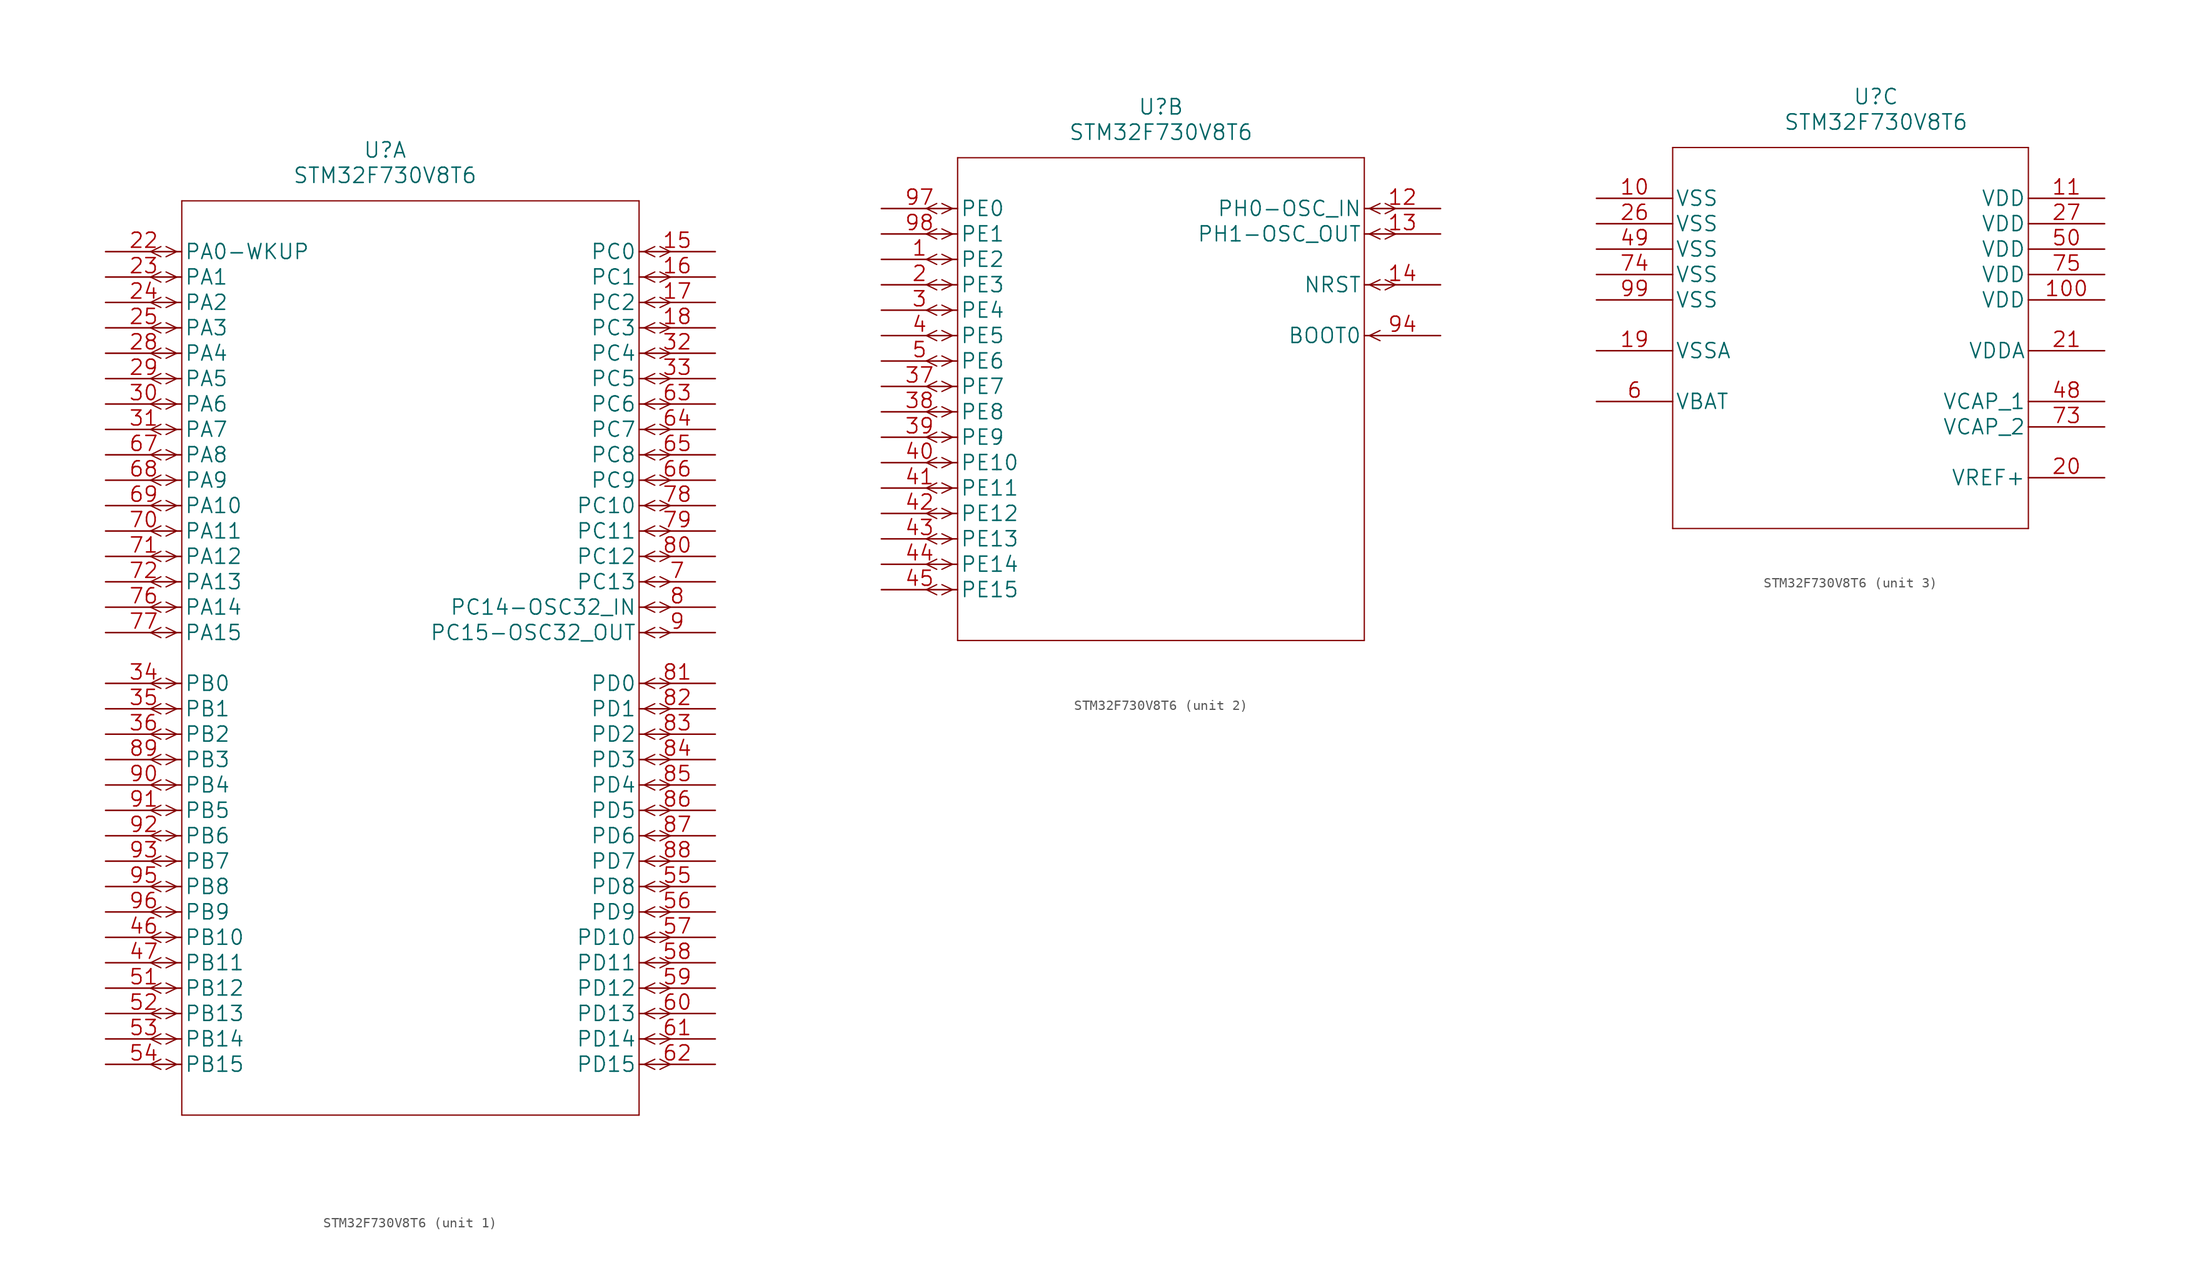
<source format=kicad_sym>
(kicad_symbol_lib
  (version 20231120)
  (generator "kicad_symbol_editor")
  (generator_version "8.0")
  (symbol "STM32F730V8T6"
    (pin_names
      (offset 0.254))
    (property "Reference" "U"
      (at 27.94 10.16 0)
      (effects (font (size 1.524 1.524))))
    (property "Value" "STM32F730V8T6"
      (at 27.94 7.62 0)
      (effects (font (size 1.524 1.524))))
    (property "Datasheet" ""
      (at 0 0 0)
      (effects (font (size 1.524 1.524))))
    (symbol "STM32F730V8T6_1_1"
      (polyline (pts (xy 5.537 -81.788) (xy 4.496 -81.28)) (stroke (width 0.127) (type default)) (fill (type none)))
      (polyline (pts (xy 5.537 -80.772) (xy 4.496 -81.28)) (stroke (width 0.127) (type default)) (fill (type none)))
      (polyline (pts (xy 5.537 -79.248) (xy 4.496 -78.74)) (stroke (width 0.127) (type default)) (fill (type none)))
      (polyline (pts (xy 5.537 -78.232) (xy 4.496 -78.74)) (stroke (width 0.127) (type default)) (fill (type none)))
      (polyline (pts (xy 5.537 -76.708) (xy 4.496 -76.2)) (stroke (width 0.127) (type default)) (fill (type none)))
      (polyline (pts (xy 5.537 -75.692) (xy 4.496 -76.2)) (stroke (width 0.127) (type default)) (fill (type none)))
      (polyline (pts (xy 5.537 -74.168) (xy 4.496 -73.66)) (stroke (width 0.127) (type default)) (fill (type none)))
      (polyline (pts (xy 5.537 -73.152) (xy 4.496 -73.66)) (stroke (width 0.127) (type default)) (fill (type none)))
      (polyline (pts (xy 5.537 -71.628) (xy 4.496 -71.12)) (stroke (width 0.127) (type default)) (fill (type none)))
      (polyline (pts (xy 5.537 -70.612) (xy 4.496 -71.12)) (stroke (width 0.127) (type default)) (fill (type none)))
      (polyline (pts (xy 5.537 -69.088) (xy 4.496 -68.58)) (stroke (width 0.127) (type default)) (fill (type none)))
      (polyline (pts (xy 5.537 -68.072) (xy 4.496 -68.58)) (stroke (width 0.127) (type default)) (fill (type none)))
      (polyline (pts (xy 5.537 -66.548) (xy 4.496 -66.04)) (stroke (width 0.127) (type default)) (fill (type none)))
      (polyline (pts (xy 5.537 -65.532) (xy 4.496 -66.04)) (stroke (width 0.127) (type default)) (fill (type none)))
      (polyline (pts (xy 5.537 -64.008) (xy 4.496 -63.5)) (stroke (width 0.127) (type default)) (fill (type none)))
      (polyline (pts (xy 5.537 -62.992) (xy 4.496 -63.5)) (stroke (width 0.127) (type default)) (fill (type none)))
      (polyline (pts (xy 5.537 -61.468) (xy 4.496 -60.96)) (stroke (width 0.127) (type default)) (fill (type none)))
      (polyline (pts (xy 5.537 -60.452) (xy 4.496 -60.96)) (stroke (width 0.127) (type default)) (fill (type none)))
      (polyline (pts (xy 5.537 -58.928) (xy 4.496 -58.42)) (stroke (width 0.127) (type default)) (fill (type none)))
      (polyline (pts (xy 5.537 -57.912) (xy 4.496 -58.42)) (stroke (width 0.127) (type default)) (fill (type none)))
      (polyline (pts (xy 5.537 -56.388) (xy 4.496 -55.88)) (stroke (width 0.127) (type default)) (fill (type none)))
      (polyline (pts (xy 5.537 -55.372) (xy 4.496 -55.88)) (stroke (width 0.127) (type default)) (fill (type none)))
      (polyline (pts (xy 5.537 -53.848) (xy 4.496 -53.34)) (stroke (width 0.127) (type default)) (fill (type none)))
      (polyline (pts (xy 5.537 -52.832) (xy 4.496 -53.34)) (stroke (width 0.127) (type default)) (fill (type none)))
      (polyline (pts (xy 5.537 -51.308) (xy 4.496 -50.8)) (stroke (width 0.127) (type default)) (fill (type none)))
      (polyline (pts (xy 5.537 -50.292) (xy 4.496 -50.8)) (stroke (width 0.127) (type default)) (fill (type none)))
      (polyline (pts (xy 5.537 -48.768) (xy 4.496 -48.26)) (stroke (width 0.127) (type default)) (fill (type none)))
      (polyline (pts (xy 5.537 -47.752) (xy 4.496 -48.26)) (stroke (width 0.127) (type default)) (fill (type none)))
      (polyline (pts (xy 5.537 -46.228) (xy 4.496 -45.72)) (stroke (width 0.127) (type default)) (fill (type none)))
      (polyline (pts (xy 5.537 -45.212) (xy 4.496 -45.72)) (stroke (width 0.127) (type default)) (fill (type none)))
      (polyline (pts (xy 5.537 -43.688) (xy 4.496 -43.18)) (stroke (width 0.127) (type default)) (fill (type none)))
      (polyline (pts (xy 5.537 -42.672) (xy 4.496 -43.18)) (stroke (width 0.127) (type default)) (fill (type none)))
      (polyline (pts (xy 5.537 -38.608) (xy 4.496 -38.1)) (stroke (width 0.127) (type default)) (fill (type none)))
      (polyline (pts (xy 5.537 -37.592) (xy 4.496 -38.1)) (stroke (width 0.127) (type default)) (fill (type none)))
      (polyline (pts (xy 5.537 -36.068) (xy 4.496 -35.56)) (stroke (width 0.127) (type default)) (fill (type none)))
      (polyline (pts (xy 5.537 -35.052) (xy 4.496 -35.56)) (stroke (width 0.127) (type default)) (fill (type none)))
      (polyline (pts (xy 5.537 -33.528) (xy 4.496 -33.02)) (stroke (width 0.127) (type default)) (fill (type none)))
      (polyline (pts (xy 5.537 -32.512) (xy 4.496 -33.02)) (stroke (width 0.127) (type default)) (fill (type none)))
      (polyline (pts (xy 5.537 -30.988) (xy 4.496 -30.48)) (stroke (width 0.127) (type default)) (fill (type none)))
      (polyline (pts (xy 5.537 -29.972) (xy 4.496 -30.48)) (stroke (width 0.127) (type default)) (fill (type none)))
      (polyline (pts (xy 5.537 -28.448) (xy 4.496 -27.94)) (stroke (width 0.127) (type default)) (fill (type none)))
      (polyline (pts (xy 5.537 -27.432) (xy 4.496 -27.94)) (stroke (width 0.127) (type default)) (fill (type none)))
      (polyline (pts (xy 5.537 -25.908) (xy 4.496 -25.4)) (stroke (width 0.127) (type default)) (fill (type none)))
      (polyline (pts (xy 5.537 -24.892) (xy 4.496 -25.4)) (stroke (width 0.127) (type default)) (fill (type none)))
      (polyline (pts (xy 5.537 -23.368) (xy 4.496 -22.86)) (stroke (width 0.127) (type default)) (fill (type none)))
      (polyline (pts (xy 5.537 -22.352) (xy 4.496 -22.86)) (stroke (width 0.127) (type default)) (fill (type none)))
      (polyline (pts (xy 5.537 -20.828) (xy 4.496 -20.32)) (stroke (width 0.127) (type default)) (fill (type none)))
      (polyline (pts (xy 5.537 -19.812) (xy 4.496 -20.32)) (stroke (width 0.127) (type default)) (fill (type none)))
      (polyline (pts (xy 5.537 -18.288) (xy 4.496 -17.78)) (stroke (width 0.127) (type default)) (fill (type none)))
      (polyline (pts (xy 5.537 -17.272) (xy 4.496 -17.78)) (stroke (width 0.127) (type default)) (fill (type none)))
      (polyline (pts (xy 5.537 -15.748) (xy 4.496 -15.24)) (stroke (width 0.127) (type default)) (fill (type none)))
      (polyline (pts (xy 5.537 -14.732) (xy 4.496 -15.24)) (stroke (width 0.127) (type default)) (fill (type none)))
      (polyline (pts (xy 5.537 -13.208) (xy 4.496 -12.7)) (stroke (width 0.127) (type default)) (fill (type none)))
      (polyline (pts (xy 5.537 -12.192) (xy 4.496 -12.7)) (stroke (width 0.127) (type default)) (fill (type none)))
      (polyline (pts (xy 5.537 -10.668) (xy 4.496 -10.16)) (stroke (width 0.127) (type default)) (fill (type none)))
      (polyline (pts (xy 5.537 -9.652) (xy 4.496 -10.16)) (stroke (width 0.127) (type default)) (fill (type none)))
      (polyline (pts (xy 5.537 -8.128) (xy 4.496 -7.62)) (stroke (width 0.127) (type default)) (fill (type none)))
      (polyline (pts (xy 5.537 -7.112) (xy 4.496 -7.62)) (stroke (width 0.127) (type default)) (fill (type none)))
      (polyline (pts (xy 5.537 -5.588) (xy 4.496 -5.08)) (stroke (width 0.127) (type default)) (fill (type none)))
      (polyline (pts (xy 5.537 -4.572) (xy 4.496 -5.08)) (stroke (width 0.127) (type default)) (fill (type none)))
      (polyline (pts (xy 5.537 -3.048) (xy 4.496 -2.54)) (stroke (width 0.127) (type default)) (fill (type none)))
      (polyline (pts (xy 5.537 -2.032) (xy 4.496 -2.54)) (stroke (width 0.127) (type default)) (fill (type none)))
      (polyline (pts (xy 5.537 -0.508) (xy 4.496 0)) (stroke (width 0.127) (type default)) (fill (type none)))
      (polyline (pts (xy 5.537 0.508) (xy 4.496 0)) (stroke (width 0.127) (type default)) (fill (type none)))
      (polyline (pts (xy 7.112 -81.28) (xy 6.045 -81.788)) (stroke (width 0.127) (type default)) (fill (type none)))
      (polyline (pts (xy 7.112 -81.28) (xy 6.045 -80.772)) (stroke (width 0.127) (type default)) (fill (type none)))
      (polyline (pts (xy 7.112 -78.74) (xy 6.045 -79.248)) (stroke (width 0.127) (type default)) (fill (type none)))
      (polyline (pts (xy 7.112 -78.74) (xy 6.045 -78.232)) (stroke (width 0.127) (type default)) (fill (type none)))
      (polyline (pts (xy 7.112 -76.2) (xy 6.045 -76.708)) (stroke (width 0.127) (type default)) (fill (type none)))
      (polyline (pts (xy 7.112 -76.2) (xy 6.045 -75.692)) (stroke (width 0.127) (type default)) (fill (type none)))
      (polyline (pts (xy 7.112 -73.66) (xy 6.045 -74.168)) (stroke (width 0.127) (type default)) (fill (type none)))
      (polyline (pts (xy 7.112 -73.66) (xy 6.045 -73.152)) (stroke (width 0.127) (type default)) (fill (type none)))
      (polyline (pts (xy 7.112 -71.12) (xy 6.045 -71.628)) (stroke (width 0.127) (type default)) (fill (type none)))
      (polyline (pts (xy 7.112 -71.12) (xy 6.045 -70.612)) (stroke (width 0.127) (type default)) (fill (type none)))
      (polyline (pts (xy 7.112 -68.58) (xy 6.045 -69.088)) (stroke (width 0.127) (type default)) (fill (type none)))
      (polyline (pts (xy 7.112 -68.58) (xy 6.045 -68.072)) (stroke (width 0.127) (type default)) (fill (type none)))
      (polyline (pts (xy 7.112 -66.04) (xy 6.045 -66.548)) (stroke (width 0.127) (type default)) (fill (type none)))
      (polyline (pts (xy 7.112 -66.04) (xy 6.045 -65.532)) (stroke (width 0.127) (type default)) (fill (type none)))
      (polyline (pts (xy 7.112 -63.5) (xy 6.045 -64.008)) (stroke (width 0.127) (type default)) (fill (type none)))
      (polyline (pts (xy 7.112 -63.5) (xy 6.045 -62.992)) (stroke (width 0.127) (type default)) (fill (type none)))
      (polyline (pts (xy 7.112 -60.96) (xy 6.045 -61.468)) (stroke (width 0.127) (type default)) (fill (type none)))
      (polyline (pts (xy 7.112 -60.96) (xy 6.045 -60.452)) (stroke (width 0.127) (type default)) (fill (type none)))
      (polyline (pts (xy 7.112 -58.42) (xy 6.045 -58.928)) (stroke (width 0.127) (type default)) (fill (type none)))
      (polyline (pts (xy 7.112 -58.42) (xy 6.045 -57.912)) (stroke (width 0.127) (type default)) (fill (type none)))
      (polyline (pts (xy 7.112 -55.88) (xy 6.045 -56.388)) (stroke (width 0.127) (type default)) (fill (type none)))
      (polyline (pts (xy 7.112 -55.88) (xy 6.045 -55.372)) (stroke (width 0.127) (type default)) (fill (type none)))
      (polyline (pts (xy 7.112 -53.34) (xy 6.045 -53.848)) (stroke (width 0.127) (type default)) (fill (type none)))
      (polyline (pts (xy 7.112 -53.34) (xy 6.045 -52.832)) (stroke (width 0.127) (type default)) (fill (type none)))
      (polyline (pts (xy 7.112 -50.8) (xy 6.045 -51.308)) (stroke (width 0.127) (type default)) (fill (type none)))
      (polyline (pts (xy 7.112 -50.8) (xy 6.045 -50.292)) (stroke (width 0.127) (type default)) (fill (type none)))
      (polyline (pts (xy 7.112 -48.26) (xy 6.045 -48.768)) (stroke (width 0.127) (type default)) (fill (type none)))
      (polyline (pts (xy 7.112 -48.26) (xy 6.045 -47.752)) (stroke (width 0.127) (type default)) (fill (type none)))
      (polyline (pts (xy 7.112 -45.72) (xy 6.045 -46.228)) (stroke (width 0.127) (type default)) (fill (type none)))
      (polyline (pts (xy 7.112 -45.72) (xy 6.045 -45.212)) (stroke (width 0.127) (type default)) (fill (type none)))
      (polyline (pts (xy 7.112 -43.18) (xy 6.045 -43.688)) (stroke (width 0.127) (type default)) (fill (type none)))
      (polyline (pts (xy 7.112 -43.18) (xy 6.045 -42.672)) (stroke (width 0.127) (type default)) (fill (type none)))
      (polyline (pts (xy 7.112 -38.1) (xy 6.045 -38.608)) (stroke (width 0.127) (type default)) (fill (type none)))
      (polyline (pts (xy 7.112 -38.1) (xy 6.045 -37.592)) (stroke (width 0.127) (type default)) (fill (type none)))
      (polyline (pts (xy 7.112 -35.56) (xy 6.045 -36.068)) (stroke (width 0.127) (type default)) (fill (type none)))
      (polyline (pts (xy 7.112 -35.56) (xy 6.045 -35.052)) (stroke (width 0.127) (type default)) (fill (type none)))
      (polyline (pts (xy 7.112 -33.02) (xy 6.045 -33.528)) (stroke (width 0.127) (type default)) (fill (type none)))
      (polyline (pts (xy 7.112 -33.02) (xy 6.045 -32.512)) (stroke (width 0.127) (type default)) (fill (type none)))
      (polyline (pts (xy 7.112 -30.48) (xy 6.045 -30.988)) (stroke (width 0.127) (type default)) (fill (type none)))
      (polyline (pts (xy 7.112 -30.48) (xy 6.045 -29.972)) (stroke (width 0.127) (type default)) (fill (type none)))
      (polyline (pts (xy 7.112 -27.94) (xy 6.045 -28.448)) (stroke (width 0.127) (type default)) (fill (type none)))
      (polyline (pts (xy 7.112 -27.94) (xy 6.045 -27.432)) (stroke (width 0.127) (type default)) (fill (type none)))
      (polyline (pts (xy 7.112 -25.4) (xy 6.045 -25.908)) (stroke (width 0.127) (type default)) (fill (type none)))
      (polyline (pts (xy 7.112 -25.4) (xy 6.045 -24.892)) (stroke (width 0.127) (type default)) (fill (type none)))
      (polyline (pts (xy 7.112 -22.86) (xy 6.045 -23.368)) (stroke (width 0.127) (type default)) (fill (type none)))
      (polyline (pts (xy 7.112 -22.86) (xy 6.045 -22.352)) (stroke (width 0.127) (type default)) (fill (type none)))
      (polyline (pts (xy 7.112 -20.32) (xy 6.045 -20.828)) (stroke (width 0.127) (type default)) (fill (type none)))
      (polyline (pts (xy 7.112 -20.32) (xy 6.045 -19.812)) (stroke (width 0.127) (type default)) (fill (type none)))
      (polyline (pts (xy 7.112 -17.78) (xy 6.045 -18.288)) (stroke (width 0.127) (type default)) (fill (type none)))
      (polyline (pts (xy 7.112 -17.78) (xy 6.045 -17.272)) (stroke (width 0.127) (type default)) (fill (type none)))
      (polyline (pts (xy 7.112 -15.24) (xy 6.045 -15.748)) (stroke (width 0.127) (type default)) (fill (type none)))
      (polyline (pts (xy 7.112 -15.24) (xy 6.045 -14.732)) (stroke (width 0.127) (type default)) (fill (type none)))
      (polyline (pts (xy 7.112 -12.7) (xy 6.045 -13.208)) (stroke (width 0.127) (type default)) (fill (type none)))
      (polyline (pts (xy 7.112 -12.7) (xy 6.045 -12.192)) (stroke (width 0.127) (type default)) (fill (type none)))
      (polyline (pts (xy 7.112 -10.16) (xy 6.045 -10.668)) (stroke (width 0.127) (type default)) (fill (type none)))
      (polyline (pts (xy 7.112 -10.16) (xy 6.045 -9.652)) (stroke (width 0.127) (type default)) (fill (type none)))
      (polyline (pts (xy 7.112 -7.62) (xy 6.045 -8.128)) (stroke (width 0.127) (type default)) (fill (type none)))
      (polyline (pts (xy 7.112 -7.62) (xy 6.045 -7.112)) (stroke (width 0.127) (type default)) (fill (type none)))
      (polyline (pts (xy 7.112 -5.08) (xy 6.045 -5.588)) (stroke (width 0.127) (type default)) (fill (type none)))
      (polyline (pts (xy 7.112 -5.08) (xy 6.045 -4.572)) (stroke (width 0.127) (type default)) (fill (type none)))
      (polyline (pts (xy 7.112 -2.54) (xy 6.045 -3.048)) (stroke (width 0.127) (type default)) (fill (type none)))
      (polyline (pts (xy 7.112 -2.54) (xy 6.045 -2.032)) (stroke (width 0.127) (type default)) (fill (type none)))
      (polyline (pts (xy 7.112 0) (xy 6.045 -0.508)) (stroke (width 0.127) (type default)) (fill (type none)))
      (polyline (pts (xy 7.112 0) (xy 6.045 0.508)) (stroke (width 0.127) (type default)) (fill (type none)))
      (polyline (pts (xy 7.62 -86.36) (xy 53.34 -86.36)) (stroke (width 0.127) (type default)) (fill (type none)))
      (polyline (pts (xy 7.62 5.08) (xy 7.62 -86.36)) (stroke (width 0.127) (type default)) (fill (type none)))
      (polyline (pts (xy 53.34 -86.36) (xy 53.34 5.08)) (stroke (width 0.127) (type default)) (fill (type none)))
      (polyline (pts (xy 53.34 5.08) (xy 7.62 5.08)) (stroke (width 0.127) (type default)) (fill (type none)))
      (polyline (pts (xy 53.848 -81.28) (xy 54.915 -81.788)) (stroke (width 0.127) (type default)) (fill (type none)))
      (polyline (pts (xy 53.848 -81.28) (xy 54.915 -80.772)) (stroke (width 0.127) (type default)) (fill (type none)))
      (polyline (pts (xy 53.848 -78.74) (xy 54.915 -79.248)) (stroke (width 0.127) (type default)) (fill (type none)))
      (polyline (pts (xy 53.848 -78.74) (xy 54.915 -78.232)) (stroke (width 0.127) (type default)) (fill (type none)))
      (polyline (pts (xy 53.848 -76.2) (xy 54.915 -76.708)) (stroke (width 0.127) (type default)) (fill (type none)))
      (polyline (pts (xy 53.848 -76.2) (xy 54.915 -75.692)) (stroke (width 0.127) (type default)) (fill (type none)))
      (polyline (pts (xy 53.848 -73.66) (xy 54.915 -74.168)) (stroke (width 0.127) (type default)) (fill (type none)))
      (polyline (pts (xy 53.848 -73.66) (xy 54.915 -73.152)) (stroke (width 0.127) (type default)) (fill (type none)))
      (polyline (pts (xy 53.848 -71.12) (xy 54.915 -71.628)) (stroke (width 0.127) (type default)) (fill (type none)))
      (polyline (pts (xy 53.848 -71.12) (xy 54.915 -70.612)) (stroke (width 0.127) (type default)) (fill (type none)))
      (polyline (pts (xy 53.848 -68.58) (xy 54.915 -69.088)) (stroke (width 0.127) (type default)) (fill (type none)))
      (polyline (pts (xy 53.848 -68.58) (xy 54.915 -68.072)) (stroke (width 0.127) (type default)) (fill (type none)))
      (polyline (pts (xy 53.848 -66.04) (xy 54.915 -66.548)) (stroke (width 0.127) (type default)) (fill (type none)))
      (polyline (pts (xy 53.848 -66.04) (xy 54.915 -65.532)) (stroke (width 0.127) (type default)) (fill (type none)))
      (polyline (pts (xy 53.848 -63.5) (xy 54.915 -64.008)) (stroke (width 0.127) (type default)) (fill (type none)))
      (polyline (pts (xy 53.848 -63.5) (xy 54.915 -62.992)) (stroke (width 0.127) (type default)) (fill (type none)))
      (polyline (pts (xy 53.848 -60.96) (xy 54.915 -61.468)) (stroke (width 0.127) (type default)) (fill (type none)))
      (polyline (pts (xy 53.848 -60.96) (xy 54.915 -60.452)) (stroke (width 0.127) (type default)) (fill (type none)))
      (polyline (pts (xy 53.848 -58.42) (xy 54.915 -58.928)) (stroke (width 0.127) (type default)) (fill (type none)))
      (polyline (pts (xy 53.848 -58.42) (xy 54.915 -57.912)) (stroke (width 0.127) (type default)) (fill (type none)))
      (polyline (pts (xy 53.848 -55.88) (xy 54.915 -56.388)) (stroke (width 0.127) (type default)) (fill (type none)))
      (polyline (pts (xy 53.848 -55.88) (xy 54.915 -55.372)) (stroke (width 0.127) (type default)) (fill (type none)))
      (polyline (pts (xy 53.848 -53.34) (xy 54.915 -53.848)) (stroke (width 0.127) (type default)) (fill (type none)))
      (polyline (pts (xy 53.848 -53.34) (xy 54.915 -52.832)) (stroke (width 0.127) (type default)) (fill (type none)))
      (polyline (pts (xy 53.848 -50.8) (xy 54.915 -51.308)) (stroke (width 0.127) (type default)) (fill (type none)))
      (polyline (pts (xy 53.848 -50.8) (xy 54.915 -50.292)) (stroke (width 0.127) (type default)) (fill (type none)))
      (polyline (pts (xy 53.848 -48.26) (xy 54.915 -48.768)) (stroke (width 0.127) (type default)) (fill (type none)))
      (polyline (pts (xy 53.848 -48.26) (xy 54.915 -47.752)) (stroke (width 0.127) (type default)) (fill (type none)))
      (polyline (pts (xy 53.848 -45.72) (xy 54.915 -46.228)) (stroke (width 0.127) (type default)) (fill (type none)))
      (polyline (pts (xy 53.848 -45.72) (xy 54.915 -45.212)) (stroke (width 0.127) (type default)) (fill (type none)))
      (polyline (pts (xy 53.848 -43.18) (xy 54.915 -43.688)) (stroke (width 0.127) (type default)) (fill (type none)))
      (polyline (pts (xy 53.848 -43.18) (xy 54.915 -42.672)) (stroke (width 0.127) (type default)) (fill (type none)))
      (polyline (pts (xy 53.848 -38.1) (xy 54.915 -38.608)) (stroke (width 0.127) (type default)) (fill (type none)))
      (polyline (pts (xy 53.848 -38.1) (xy 54.915 -37.592)) (stroke (width 0.127) (type default)) (fill (type none)))
      (polyline (pts (xy 53.848 -35.56) (xy 54.915 -36.068)) (stroke (width 0.127) (type default)) (fill (type none)))
      (polyline (pts (xy 53.848 -35.56) (xy 54.915 -35.052)) (stroke (width 0.127) (type default)) (fill (type none)))
      (polyline (pts (xy 53.848 -33.02) (xy 54.915 -33.528)) (stroke (width 0.127) (type default)) (fill (type none)))
      (polyline (pts (xy 53.848 -33.02) (xy 54.915 -32.512)) (stroke (width 0.127) (type default)) (fill (type none)))
      (polyline (pts (xy 53.848 -30.48) (xy 54.915 -30.988)) (stroke (width 0.127) (type default)) (fill (type none)))
      (polyline (pts (xy 53.848 -30.48) (xy 54.915 -29.972)) (stroke (width 0.127) (type default)) (fill (type none)))
      (polyline (pts (xy 53.848 -27.94) (xy 54.915 -28.448)) (stroke (width 0.127) (type default)) (fill (type none)))
      (polyline (pts (xy 53.848 -27.94) (xy 54.915 -27.432)) (stroke (width 0.127) (type default)) (fill (type none)))
      (polyline (pts (xy 53.848 -25.4) (xy 54.915 -25.908)) (stroke (width 0.127) (type default)) (fill (type none)))
      (polyline (pts (xy 53.848 -25.4) (xy 54.915 -24.892)) (stroke (width 0.127) (type default)) (fill (type none)))
      (polyline (pts (xy 53.848 -22.86) (xy 54.915 -23.368)) (stroke (width 0.127) (type default)) (fill (type none)))
      (polyline (pts (xy 53.848 -22.86) (xy 54.915 -22.352)) (stroke (width 0.127) (type default)) (fill (type none)))
      (polyline (pts (xy 53.848 -20.32) (xy 54.915 -20.828)) (stroke (width 0.127) (type default)) (fill (type none)))
      (polyline (pts (xy 53.848 -20.32) (xy 54.915 -19.812)) (stroke (width 0.127) (type default)) (fill (type none)))
      (polyline (pts (xy 53.848 -17.78) (xy 54.915 -18.288)) (stroke (width 0.127) (type default)) (fill (type none)))
      (polyline (pts (xy 53.848 -17.78) (xy 54.915 -17.272)) (stroke (width 0.127) (type default)) (fill (type none)))
      (polyline (pts (xy 53.848 -15.24) (xy 54.915 -15.748)) (stroke (width 0.127) (type default)) (fill (type none)))
      (polyline (pts (xy 53.848 -15.24) (xy 54.915 -14.732)) (stroke (width 0.127) (type default)) (fill (type none)))
      (polyline (pts (xy 53.848 -12.7) (xy 54.915 -13.208)) (stroke (width 0.127) (type default)) (fill (type none)))
      (polyline (pts (xy 53.848 -12.7) (xy 54.915 -12.192)) (stroke (width 0.127) (type default)) (fill (type none)))
      (polyline (pts (xy 53.848 -10.16) (xy 54.915 -10.668)) (stroke (width 0.127) (type default)) (fill (type none)))
      (polyline (pts (xy 53.848 -10.16) (xy 54.915 -9.652)) (stroke (width 0.127) (type default)) (fill (type none)))
      (polyline (pts (xy 53.848 -7.62) (xy 54.915 -8.128)) (stroke (width 0.127) (type default)) (fill (type none)))
      (polyline (pts (xy 53.848 -7.62) (xy 54.915 -7.112)) (stroke (width 0.127) (type default)) (fill (type none)))
      (polyline (pts (xy 53.848 -5.08) (xy 54.915 -5.588)) (stroke (width 0.127) (type default)) (fill (type none)))
      (polyline (pts (xy 53.848 -5.08) (xy 54.915 -4.572)) (stroke (width 0.127) (type default)) (fill (type none)))
      (polyline (pts (xy 53.848 -2.54) (xy 54.915 -3.048)) (stroke (width 0.127) (type default)) (fill (type none)))
      (polyline (pts (xy 53.848 -2.54) (xy 54.915 -2.032)) (stroke (width 0.127) (type default)) (fill (type none)))
      (polyline (pts (xy 53.848 0) (xy 54.915 -0.508)) (stroke (width 0.127) (type default)) (fill (type none)))
      (polyline (pts (xy 53.848 0) (xy 54.915 0.508)) (stroke (width 0.127) (type default)) (fill (type none)))
      (polyline (pts (xy 55.423 -81.788) (xy 56.464 -81.28)) (stroke (width 0.127) (type default)) (fill (type none)))
      (polyline (pts (xy 55.423 -80.772) (xy 56.464 -81.28)) (stroke (width 0.127) (type default)) (fill (type none)))
      (polyline (pts (xy 55.423 -79.248) (xy 56.464 -78.74)) (stroke (width 0.127) (type default)) (fill (type none)))
      (polyline (pts (xy 55.423 -78.232) (xy 56.464 -78.74)) (stroke (width 0.127) (type default)) (fill (type none)))
      (polyline (pts (xy 55.423 -76.708) (xy 56.464 -76.2)) (stroke (width 0.127) (type default)) (fill (type none)))
      (polyline (pts (xy 55.423 -75.692) (xy 56.464 -76.2)) (stroke (width 0.127) (type default)) (fill (type none)))
      (polyline (pts (xy 55.423 -74.168) (xy 56.464 -73.66)) (stroke (width 0.127) (type default)) (fill (type none)))
      (polyline (pts (xy 55.423 -73.152) (xy 56.464 -73.66)) (stroke (width 0.127) (type default)) (fill (type none)))
      (polyline (pts (xy 55.423 -71.628) (xy 56.464 -71.12)) (stroke (width 0.127) (type default)) (fill (type none)))
      (polyline (pts (xy 55.423 -70.612) (xy 56.464 -71.12)) (stroke (width 0.127) (type default)) (fill (type none)))
      (polyline (pts (xy 55.423 -69.088) (xy 56.464 -68.58)) (stroke (width 0.127) (type default)) (fill (type none)))
      (polyline (pts (xy 55.423 -68.072) (xy 56.464 -68.58)) (stroke (width 0.127) (type default)) (fill (type none)))
      (polyline (pts (xy 55.423 -66.548) (xy 56.464 -66.04)) (stroke (width 0.127) (type default)) (fill (type none)))
      (polyline (pts (xy 55.423 -65.532) (xy 56.464 -66.04)) (stroke (width 0.127) (type default)) (fill (type none)))
      (polyline (pts (xy 55.423 -64.008) (xy 56.464 -63.5)) (stroke (width 0.127) (type default)) (fill (type none)))
      (polyline (pts (xy 55.423 -62.992) (xy 56.464 -63.5)) (stroke (width 0.127) (type default)) (fill (type none)))
      (polyline (pts (xy 55.423 -61.468) (xy 56.464 -60.96)) (stroke (width 0.127) (type default)) (fill (type none)))
      (polyline (pts (xy 55.423 -60.452) (xy 56.464 -60.96)) (stroke (width 0.127) (type default)) (fill (type none)))
      (polyline (pts (xy 55.423 -58.928) (xy 56.464 -58.42)) (stroke (width 0.127) (type default)) (fill (type none)))
      (polyline (pts (xy 55.423 -57.912) (xy 56.464 -58.42)) (stroke (width 0.127) (type default)) (fill (type none)))
      (polyline (pts (xy 55.423 -56.388) (xy 56.464 -55.88)) (stroke (width 0.127) (type default)) (fill (type none)))
      (polyline (pts (xy 55.423 -55.372) (xy 56.464 -55.88)) (stroke (width 0.127) (type default)) (fill (type none)))
      (polyline (pts (xy 55.423 -53.848) (xy 56.464 -53.34)) (stroke (width 0.127) (type default)) (fill (type none)))
      (polyline (pts (xy 55.423 -52.832) (xy 56.464 -53.34)) (stroke (width 0.127) (type default)) (fill (type none)))
      (polyline (pts (xy 55.423 -51.308) (xy 56.464 -50.8)) (stroke (width 0.127) (type default)) (fill (type none)))
      (polyline (pts (xy 55.423 -50.292) (xy 56.464 -50.8)) (stroke (width 0.127) (type default)) (fill (type none)))
      (polyline (pts (xy 55.423 -48.768) (xy 56.464 -48.26)) (stroke (width 0.127) (type default)) (fill (type none)))
      (polyline (pts (xy 55.423 -47.752) (xy 56.464 -48.26)) (stroke (width 0.127) (type default)) (fill (type none)))
      (polyline (pts (xy 55.423 -46.228) (xy 56.464 -45.72)) (stroke (width 0.127) (type default)) (fill (type none)))
      (polyline (pts (xy 55.423 -45.212) (xy 56.464 -45.72)) (stroke (width 0.127) (type default)) (fill (type none)))
      (polyline (pts (xy 55.423 -43.688) (xy 56.464 -43.18)) (stroke (width 0.127) (type default)) (fill (type none)))
      (polyline (pts (xy 55.423 -42.672) (xy 56.464 -43.18)) (stroke (width 0.127) (type default)) (fill (type none)))
      (polyline (pts (xy 55.423 -38.608) (xy 56.464 -38.1)) (stroke (width 0.127) (type default)) (fill (type none)))
      (polyline (pts (xy 55.423 -37.592) (xy 56.464 -38.1)) (stroke (width 0.127) (type default)) (fill (type none)))
      (polyline (pts (xy 55.423 -36.068) (xy 56.464 -35.56)) (stroke (width 0.127) (type default)) (fill (type none)))
      (polyline (pts (xy 55.423 -35.052) (xy 56.464 -35.56)) (stroke (width 0.127) (type default)) (fill (type none)))
      (polyline (pts (xy 55.423 -33.528) (xy 56.464 -33.02)) (stroke (width 0.127) (type default)) (fill (type none)))
      (polyline (pts (xy 55.423 -32.512) (xy 56.464 -33.02)) (stroke (width 0.127) (type default)) (fill (type none)))
      (polyline (pts (xy 55.423 -30.988) (xy 56.464 -30.48)) (stroke (width 0.127) (type default)) (fill (type none)))
      (polyline (pts (xy 55.423 -29.972) (xy 56.464 -30.48)) (stroke (width 0.127) (type default)) (fill (type none)))
      (polyline (pts (xy 55.423 -28.448) (xy 56.464 -27.94)) (stroke (width 0.127) (type default)) (fill (type none)))
      (polyline (pts (xy 55.423 -27.432) (xy 56.464 -27.94)) (stroke (width 0.127) (type default)) (fill (type none)))
      (polyline (pts (xy 55.423 -25.908) (xy 56.464 -25.4)) (stroke (width 0.127) (type default)) (fill (type none)))
      (polyline (pts (xy 55.423 -24.892) (xy 56.464 -25.4)) (stroke (width 0.127) (type default)) (fill (type none)))
      (polyline (pts (xy 55.423 -23.368) (xy 56.464 -22.86)) (stroke (width 0.127) (type default)) (fill (type none)))
      (polyline (pts (xy 55.423 -22.352) (xy 56.464 -22.86)) (stroke (width 0.127) (type default)) (fill (type none)))
      (polyline (pts (xy 55.423 -20.828) (xy 56.464 -20.32)) (stroke (width 0.127) (type default)) (fill (type none)))
      (polyline (pts (xy 55.423 -19.812) (xy 56.464 -20.32)) (stroke (width 0.127) (type default)) (fill (type none)))
      (polyline (pts (xy 55.423 -18.288) (xy 56.464 -17.78)) (stroke (width 0.127) (type default)) (fill (type none)))
      (polyline (pts (xy 55.423 -17.272) (xy 56.464 -17.78)) (stroke (width 0.127) (type default)) (fill (type none)))
      (polyline (pts (xy 55.423 -15.748) (xy 56.464 -15.24)) (stroke (width 0.127) (type default)) (fill (type none)))
      (polyline (pts (xy 55.423 -14.732) (xy 56.464 -15.24)) (stroke (width 0.127) (type default)) (fill (type none)))
      (polyline (pts (xy 55.423 -13.208) (xy 56.464 -12.7)) (stroke (width 0.127) (type default)) (fill (type none)))
      (polyline (pts (xy 55.423 -12.192) (xy 56.464 -12.7)) (stroke (width 0.127) (type default)) (fill (type none)))
      (polyline (pts (xy 55.423 -10.668) (xy 56.464 -10.16)) (stroke (width 0.127) (type default)) (fill (type none)))
      (polyline (pts (xy 55.423 -9.652) (xy 56.464 -10.16)) (stroke (width 0.127) (type default)) (fill (type none)))
      (polyline (pts (xy 55.423 -8.128) (xy 56.464 -7.62)) (stroke (width 0.127) (type default)) (fill (type none)))
      (polyline (pts (xy 55.423 -7.112) (xy 56.464 -7.62)) (stroke (width 0.127) (type default)) (fill (type none)))
      (polyline (pts (xy 55.423 -5.588) (xy 56.464 -5.08)) (stroke (width 0.127) (type default)) (fill (type none)))
      (polyline (pts (xy 55.423 -4.572) (xy 56.464 -5.08)) (stroke (width 0.127) (type default)) (fill (type none)))
      (polyline (pts (xy 55.423 -3.048) (xy 56.464 -2.54)) (stroke (width 0.127) (type default)) (fill (type none)))
      (polyline (pts (xy 55.423 -2.032) (xy 56.464 -2.54)) (stroke (width 0.127) (type default)) (fill (type none)))
      (polyline (pts (xy 55.423 -0.508) (xy 56.464 0)) (stroke (width 0.127) (type default)) (fill (type none)))
      (polyline (pts (xy 55.423 0.508) (xy 56.464 0)) (stroke (width 0.127) (type default)) (fill (type none)))
      (pin bidirectional line (at 60.96 0 180) (length 7.62) (name "PC0" (effects (font (size 1.499 1.499)))) (number "15" (effects (font (size 1.499 1.499)))))
      (pin bidirectional line (at 60.96 -2.54 180) (length 7.62) (name "PC1" (effects (font (size 1.499 1.499)))) (number "16" (effects (font (size 1.499 1.499)))))
      (pin bidirectional line (at 60.96 -5.08 180) (length 7.62) (name "PC2" (effects (font (size 1.499 1.499)))) (number "17" (effects (font (size 1.499 1.499)))))
      (pin bidirectional line (at 60.96 -7.62 180) (length 7.62) (name "PC3" (effects (font (size 1.499 1.499)))) (number "18" (effects (font (size 1.499 1.499)))))
      (pin bidirectional line (at 0 0 0) (length 7.62) (name "PA0-WKUP" (effects (font (size 1.499 1.499)))) (number "22" (effects (font (size 1.499 1.499)))))
      (pin bidirectional line (at 0 -2.54 0) (length 7.62) (name "PA1" (effects (font (size 1.499 1.499)))) (number "23" (effects (font (size 1.499 1.499)))))
      (pin bidirectional line (at 0 -5.08 0) (length 7.62) (name "PA2" (effects (font (size 1.499 1.499)))) (number "24" (effects (font (size 1.499 1.499)))))
      (pin bidirectional line (at 0 -7.62 0) (length 7.62) (name "PA3" (effects (font (size 1.499 1.499)))) (number "25" (effects (font (size 1.499 1.499)))))
      (pin bidirectional line (at 0 -10.16 0) (length 7.62) (name "PA4" (effects (font (size 1.499 1.499)))) (number "28" (effects (font (size 1.499 1.499)))))
      (pin bidirectional line (at 0 -12.7 0) (length 7.62) (name "PA5" (effects (font (size 1.499 1.499)))) (number "29" (effects (font (size 1.499 1.499)))))
      (pin bidirectional line (at 0 -15.24 0) (length 7.62) (name "PA6" (effects (font (size 1.499 1.499)))) (number "30" (effects (font (size 1.499 1.499)))))
      (pin bidirectional line (at 0 -17.78 0) (length 7.62) (name "PA7" (effects (font (size 1.499 1.499)))) (number "31" (effects (font (size 1.499 1.499)))))
      (pin bidirectional line (at 60.96 -10.16 180) (length 7.62) (name "PC4" (effects (font (size 1.499 1.499)))) (number "32" (effects (font (size 1.499 1.499)))))
      (pin bidirectional line (at 60.96 -12.7 180) (length 7.62) (name "PC5" (effects (font (size 1.499 1.499)))) (number "33" (effects (font (size 1.499 1.499)))))
      (pin bidirectional line (at 0 -43.18 0) (length 7.62) (name "PB0" (effects (font (size 1.499 1.499)))) (number "34" (effects (font (size 1.499 1.499)))))
      (pin bidirectional line (at 0 -45.72 0) (length 7.62) (name "PB1" (effects (font (size 1.499 1.499)))) (number "35" (effects (font (size 1.499 1.499)))))
      (pin bidirectional line (at 0 -48.26 0) (length 7.62) (name "PB2" (effects (font (size 1.499 1.499)))) (number "36" (effects (font (size 1.499 1.499)))))
      (pin bidirectional line (at 0 -68.58 0) (length 7.62) (name "PB10" (effects (font (size 1.499 1.499)))) (number "46" (effects (font (size 1.499 1.499)))))
      (pin bidirectional line (at 0 -71.12 0) (length 7.62) (name "PB11" (effects (font (size 1.499 1.499)))) (number "47" (effects (font (size 1.499 1.499)))))
      (pin bidirectional line (at 0 -73.66 0) (length 7.62) (name "PB12" (effects (font (size 1.499 1.499)))) (number "51" (effects (font (size 1.499 1.499)))))
      (pin bidirectional line (at 0 -76.2 0) (length 7.62) (name "PB13" (effects (font (size 1.499 1.499)))) (number "52" (effects (font (size 1.499 1.499)))))
      (pin bidirectional line (at 0 -78.74 0) (length 7.62) (name "PB14" (effects (font (size 1.499 1.499)))) (number "53" (effects (font (size 1.499 1.499)))))
      (pin bidirectional line (at 0 -81.28 0) (length 7.62) (name "PB15" (effects (font (size 1.499 1.499)))) (number "54" (effects (font (size 1.499 1.499)))))
      (pin bidirectional line (at 60.96 -63.5 180) (length 7.62) (name "PD8" (effects (font (size 1.499 1.499)))) (number "55" (effects (font (size 1.499 1.499)))))
      (pin bidirectional line (at 60.96 -66.04 180) (length 7.62) (name "PD9" (effects (font (size 1.499 1.499)))) (number "56" (effects (font (size 1.499 1.499)))))
      (pin bidirectional line (at 60.96 -68.58 180) (length 7.62) (name "PD10" (effects (font (size 1.499 1.499)))) (number "57" (effects (font (size 1.499 1.499)))))
      (pin bidirectional line (at 60.96 -71.12 180) (length 7.62) (name "PD11" (effects (font (size 1.499 1.499)))) (number "58" (effects (font (size 1.499 1.499)))))
      (pin bidirectional line (at 60.96 -73.66 180) (length 7.62) (name "PD12" (effects (font (size 1.499 1.499)))) (number "59" (effects (font (size 1.499 1.499)))))
      (pin bidirectional line (at 60.96 -76.2 180) (length 7.62) (name "PD13" (effects (font (size 1.499 1.499)))) (number "60" (effects (font (size 1.499 1.499)))))
      (pin bidirectional line (at 60.96 -78.74 180) (length 7.62) (name "PD14" (effects (font (size 1.499 1.499)))) (number "61" (effects (font (size 1.499 1.499)))))
      (pin bidirectional line (at 60.96 -81.28 180) (length 7.62) (name "PD15" (effects (font (size 1.499 1.499)))) (number "62" (effects (font (size 1.499 1.499)))))
      (pin bidirectional line (at 60.96 -15.24 180) (length 7.62) (name "PC6" (effects (font (size 1.499 1.499)))) (number "63" (effects (font (size 1.499 1.499)))))
      (pin bidirectional line (at 60.96 -17.78 180) (length 7.62) (name "PC7" (effects (font (size 1.499 1.499)))) (number "64" (effects (font (size 1.499 1.499)))))
      (pin bidirectional line (at 60.96 -20.32 180) (length 7.62) (name "PC8" (effects (font (size 1.499 1.499)))) (number "65" (effects (font (size 1.499 1.499)))))
      (pin bidirectional line (at 60.96 -22.86 180) (length 7.62) (name "PC9" (effects (font (size 1.499 1.499)))) (number "66" (effects (font (size 1.499 1.499)))))
      (pin bidirectional line (at 0 -20.32 0) (length 7.62) (name "PA8" (effects (font (size 1.499 1.499)))) (number "67" (effects (font (size 1.499 1.499)))))
      (pin bidirectional line (at 0 -22.86 0) (length 7.62) (name "PA9" (effects (font (size 1.499 1.499)))) (number "68" (effects (font (size 1.499 1.499)))))
      (pin bidirectional line (at 0 -25.4 0) (length 7.62) (name "PA10" (effects (font (size 1.499 1.499)))) (number "69" (effects (font (size 1.499 1.499)))))
      (pin bidirectional line (at 60.96 -33.02 180) (length 7.62) (name "PC13" (effects (font (size 1.499 1.499)))) (number "7" (effects (font (size 1.499 1.499)))))
      (pin bidirectional line (at 0 -27.94 0) (length 7.62) (name "PA11" (effects (font (size 1.499 1.499)))) (number "70" (effects (font (size 1.499 1.499)))))
      (pin bidirectional line (at 0 -30.48 0) (length 7.62) (name "PA12" (effects (font (size 1.499 1.499)))) (number "71" (effects (font (size 1.499 1.499)))))
      (pin bidirectional line (at 0 -33.02 0) (length 7.62) (name "PA13" (effects (font (size 1.499 1.499)))) (number "72" (effects (font (size 1.499 1.499)))))
      (pin bidirectional line (at 0 -35.56 0) (length 7.62) (name "PA14" (effects (font (size 1.499 1.499)))) (number "76" (effects (font (size 1.499 1.499)))))
      (pin bidirectional line (at 0 -38.1 0) (length 7.62) (name "PA15" (effects (font (size 1.499 1.499)))) (number "77" (effects (font (size 1.499 1.499)))))
      (pin bidirectional line (at 60.96 -25.4 180) (length 7.62) (name "PC10" (effects (font (size 1.499 1.499)))) (number "78" (effects (font (size 1.499 1.499)))))
      (pin bidirectional line (at 60.96 -27.94 180) (length 7.62) (name "PC11" (effects (font (size 1.499 1.499)))) (number "79" (effects (font (size 1.499 1.499)))))
      (pin bidirectional line (at 60.96 -35.56 180) (length 7.62) (name "PC14-OSC32_IN" (effects (font (size 1.499 1.499)))) (number "8" (effects (font (size 1.499 1.499)))))
      (pin bidirectional line (at 60.96 -30.48 180) (length 7.62) (name "PC12" (effects (font (size 1.499 1.499)))) (number "80" (effects (font (size 1.499 1.499)))))
      (pin bidirectional line (at 60.96 -43.18 180) (length 7.62) (name "PD0" (effects (font (size 1.499 1.499)))) (number "81" (effects (font (size 1.499 1.499)))))
      (pin bidirectional line (at 60.96 -45.72 180) (length 7.62) (name "PD1" (effects (font (size 1.499 1.499)))) (number "82" (effects (font (size 1.499 1.499)))))
      (pin bidirectional line (at 60.96 -48.26 180) (length 7.62) (name "PD2" (effects (font (size 1.499 1.499)))) (number "83" (effects (font (size 1.499 1.499)))))
      (pin bidirectional line (at 60.96 -50.8 180) (length 7.62) (name "PD3" (effects (font (size 1.499 1.499)))) (number "84" (effects (font (size 1.499 1.499)))))
      (pin bidirectional line (at 60.96 -53.34 180) (length 7.62) (name "PD4" (effects (font (size 1.499 1.499)))) (number "85" (effects (font (size 1.499 1.499)))))
      (pin bidirectional line (at 60.96 -55.88 180) (length 7.62) (name "PD5" (effects (font (size 1.499 1.499)))) (number "86" (effects (font (size 1.499 1.499)))))
      (pin bidirectional line (at 60.96 -58.42 180) (length 7.62) (name "PD6" (effects (font (size 1.499 1.499)))) (number "87" (effects (font (size 1.499 1.499)))))
      (pin bidirectional line (at 60.96 -60.96 180) (length 7.62) (name "PD7" (effects (font (size 1.499 1.499)))) (number "88" (effects (font (size 1.499 1.499)))))
      (pin bidirectional line (at 0 -50.8 0) (length 7.62) (name "PB3" (effects (font (size 1.499 1.499)))) (number "89" (effects (font (size 1.499 1.499)))))
      (pin bidirectional line (at 60.96 -38.1 180) (length 7.62) (name "PC15-OSC32_OUT" (effects (font (size 1.499 1.499)))) (number "9" (effects (font (size 1.499 1.499)))))
      (pin bidirectional line (at 0 -53.34 0) (length 7.62) (name "PB4" (effects (font (size 1.499 1.499)))) (number "90" (effects (font (size 1.499 1.499)))))
      (pin bidirectional line (at 0 -55.88 0) (length 7.62) (name "PB5" (effects (font (size 1.499 1.499)))) (number "91" (effects (font (size 1.499 1.499)))))
      (pin bidirectional line (at 0 -58.42 0) (length 7.62) (name "PB6" (effects (font (size 1.499 1.499)))) (number "92" (effects (font (size 1.499 1.499)))))
      (pin bidirectional line (at 0 -60.96 0) (length 7.62) (name "PB7" (effects (font (size 1.499 1.499)))) (number "93" (effects (font (size 1.499 1.499)))))
      (pin bidirectional line (at 0 -63.5 0) (length 7.62) (name "PB8" (effects (font (size 1.499 1.499)))) (number "95" (effects (font (size 1.499 1.499)))))
      (pin bidirectional line (at 0 -66.04 0) (length 7.62) (name "PB9" (effects (font (size 1.499 1.499)))) (number "96" (effects (font (size 1.499 1.499))))))
    (symbol "STM32F730V8T6_2_1"
      (polyline (pts (xy 5.537 -38.608) (xy 4.496 -38.1)) (stroke (width 0.127) (type default)) (fill (type none)))
      (polyline (pts (xy 5.537 -37.592) (xy 4.496 -38.1)) (stroke (width 0.127) (type default)) (fill (type none)))
      (polyline (pts (xy 5.537 -36.068) (xy 4.496 -35.56)) (stroke (width 0.127) (type default)) (fill (type none)))
      (polyline (pts (xy 5.537 -35.052) (xy 4.496 -35.56)) (stroke (width 0.127) (type default)) (fill (type none)))
      (polyline (pts (xy 5.537 -33.528) (xy 4.496 -33.02)) (stroke (width 0.127) (type default)) (fill (type none)))
      (polyline (pts (xy 5.537 -32.512) (xy 4.496 -33.02)) (stroke (width 0.127) (type default)) (fill (type none)))
      (polyline (pts (xy 5.537 -30.988) (xy 4.496 -30.48)) (stroke (width 0.127) (type default)) (fill (type none)))
      (polyline (pts (xy 5.537 -29.972) (xy 4.496 -30.48)) (stroke (width 0.127) (type default)) (fill (type none)))
      (polyline (pts (xy 5.537 -28.448) (xy 4.496 -27.94)) (stroke (width 0.127) (type default)) (fill (type none)))
      (polyline (pts (xy 5.537 -27.432) (xy 4.496 -27.94)) (stroke (width 0.127) (type default)) (fill (type none)))
      (polyline (pts (xy 5.537 -25.908) (xy 4.496 -25.4)) (stroke (width 0.127) (type default)) (fill (type none)))
      (polyline (pts (xy 5.537 -24.892) (xy 4.496 -25.4)) (stroke (width 0.127) (type default)) (fill (type none)))
      (polyline (pts (xy 5.537 -23.368) (xy 4.496 -22.86)) (stroke (width 0.127) (type default)) (fill (type none)))
      (polyline (pts (xy 5.537 -22.352) (xy 4.496 -22.86)) (stroke (width 0.127) (type default)) (fill (type none)))
      (polyline (pts (xy 5.537 -20.828) (xy 4.496 -20.32)) (stroke (width 0.127) (type default)) (fill (type none)))
      (polyline (pts (xy 5.537 -19.812) (xy 4.496 -20.32)) (stroke (width 0.127) (type default)) (fill (type none)))
      (polyline (pts (xy 5.537 -18.288) (xy 4.496 -17.78)) (stroke (width 0.127) (type default)) (fill (type none)))
      (polyline (pts (xy 5.537 -17.272) (xy 4.496 -17.78)) (stroke (width 0.127) (type default)) (fill (type none)))
      (polyline (pts (xy 5.537 -15.748) (xy 4.496 -15.24)) (stroke (width 0.127) (type default)) (fill (type none)))
      (polyline (pts (xy 5.537 -14.732) (xy 4.496 -15.24)) (stroke (width 0.127) (type default)) (fill (type none)))
      (polyline (pts (xy 5.537 -13.208) (xy 4.496 -12.7)) (stroke (width 0.127) (type default)) (fill (type none)))
      (polyline (pts (xy 5.537 -12.192) (xy 4.496 -12.7)) (stroke (width 0.127) (type default)) (fill (type none)))
      (polyline (pts (xy 5.537 -10.668) (xy 4.496 -10.16)) (stroke (width 0.127) (type default)) (fill (type none)))
      (polyline (pts (xy 5.537 -9.652) (xy 4.496 -10.16)) (stroke (width 0.127) (type default)) (fill (type none)))
      (polyline (pts (xy 5.537 -8.128) (xy 4.496 -7.62)) (stroke (width 0.127) (type default)) (fill (type none)))
      (polyline (pts (xy 5.537 -7.112) (xy 4.496 -7.62)) (stroke (width 0.127) (type default)) (fill (type none)))
      (polyline (pts (xy 5.537 -5.588) (xy 4.496 -5.08)) (stroke (width 0.127) (type default)) (fill (type none)))
      (polyline (pts (xy 5.537 -4.572) (xy 4.496 -5.08)) (stroke (width 0.127) (type default)) (fill (type none)))
      (polyline (pts (xy 5.537 -3.048) (xy 4.496 -2.54)) (stroke (width 0.127) (type default)) (fill (type none)))
      (polyline (pts (xy 5.537 -2.032) (xy 4.496 -2.54)) (stroke (width 0.127) (type default)) (fill (type none)))
      (polyline (pts (xy 5.537 -0.508) (xy 4.496 0)) (stroke (width 0.127) (type default)) (fill (type none)))
      (polyline (pts (xy 5.537 0.508) (xy 4.496 0)) (stroke (width 0.127) (type default)) (fill (type none)))
      (polyline (pts (xy 7.112 -38.1) (xy 6.045 -38.608)) (stroke (width 0.127) (type default)) (fill (type none)))
      (polyline (pts (xy 7.112 -38.1) (xy 6.045 -37.592)) (stroke (width 0.127) (type default)) (fill (type none)))
      (polyline (pts (xy 7.112 -35.56) (xy 6.045 -36.068)) (stroke (width 0.127) (type default)) (fill (type none)))
      (polyline (pts (xy 7.112 -35.56) (xy 6.045 -35.052)) (stroke (width 0.127) (type default)) (fill (type none)))
      (polyline (pts (xy 7.112 -33.02) (xy 6.045 -33.528)) (stroke (width 0.127) (type default)) (fill (type none)))
      (polyline (pts (xy 7.112 -33.02) (xy 6.045 -32.512)) (stroke (width 0.127) (type default)) (fill (type none)))
      (polyline (pts (xy 7.112 -30.48) (xy 6.045 -30.988)) (stroke (width 0.127) (type default)) (fill (type none)))
      (polyline (pts (xy 7.112 -30.48) (xy 6.045 -29.972)) (stroke (width 0.127) (type default)) (fill (type none)))
      (polyline (pts (xy 7.112 -27.94) (xy 6.045 -28.448)) (stroke (width 0.127) (type default)) (fill (type none)))
      (polyline (pts (xy 7.112 -27.94) (xy 6.045 -27.432)) (stroke (width 0.127) (type default)) (fill (type none)))
      (polyline (pts (xy 7.112 -25.4) (xy 6.045 -25.908)) (stroke (width 0.127) (type default)) (fill (type none)))
      (polyline (pts (xy 7.112 -25.4) (xy 6.045 -24.892)) (stroke (width 0.127) (type default)) (fill (type none)))
      (polyline (pts (xy 7.112 -22.86) (xy 6.045 -23.368)) (stroke (width 0.127) (type default)) (fill (type none)))
      (polyline (pts (xy 7.112 -22.86) (xy 6.045 -22.352)) (stroke (width 0.127) (type default)) (fill (type none)))
      (polyline (pts (xy 7.112 -20.32) (xy 6.045 -20.828)) (stroke (width 0.127) (type default)) (fill (type none)))
      (polyline (pts (xy 7.112 -20.32) (xy 6.045 -19.812)) (stroke (width 0.127) (type default)) (fill (type none)))
      (polyline (pts (xy 7.112 -17.78) (xy 6.045 -18.288)) (stroke (width 0.127) (type default)) (fill (type none)))
      (polyline (pts (xy 7.112 -17.78) (xy 6.045 -17.272)) (stroke (width 0.127) (type default)) (fill (type none)))
      (polyline (pts (xy 7.112 -15.24) (xy 6.045 -15.748)) (stroke (width 0.127) (type default)) (fill (type none)))
      (polyline (pts (xy 7.112 -15.24) (xy 6.045 -14.732)) (stroke (width 0.127) (type default)) (fill (type none)))
      (polyline (pts (xy 7.112 -12.7) (xy 6.045 -13.208)) (stroke (width 0.127) (type default)) (fill (type none)))
      (polyline (pts (xy 7.112 -12.7) (xy 6.045 -12.192)) (stroke (width 0.127) (type default)) (fill (type none)))
      (polyline (pts (xy 7.112 -10.16) (xy 6.045 -10.668)) (stroke (width 0.127) (type default)) (fill (type none)))
      (polyline (pts (xy 7.112 -10.16) (xy 6.045 -9.652)) (stroke (width 0.127) (type default)) (fill (type none)))
      (polyline (pts (xy 7.112 -7.62) (xy 6.045 -8.128)) (stroke (width 0.127) (type default)) (fill (type none)))
      (polyline (pts (xy 7.112 -7.62) (xy 6.045 -7.112)) (stroke (width 0.127) (type default)) (fill (type none)))
      (polyline (pts (xy 7.112 -5.08) (xy 6.045 -5.588)) (stroke (width 0.127) (type default)) (fill (type none)))
      (polyline (pts (xy 7.112 -5.08) (xy 6.045 -4.572)) (stroke (width 0.127) (type default)) (fill (type none)))
      (polyline (pts (xy 7.112 -2.54) (xy 6.045 -3.048)) (stroke (width 0.127) (type default)) (fill (type none)))
      (polyline (pts (xy 7.112 -2.54) (xy 6.045 -2.032)) (stroke (width 0.127) (type default)) (fill (type none)))
      (polyline (pts (xy 7.112 0) (xy 6.045 -0.508)) (stroke (width 0.127) (type default)) (fill (type none)))
      (polyline (pts (xy 7.112 0) (xy 6.045 0.508)) (stroke (width 0.127) (type default)) (fill (type none)))
      (polyline (pts (xy 7.62 -43.18) (xy 48.26 -43.18)) (stroke (width 0.127) (type default)) (fill (type none)))
      (polyline (pts (xy 7.62 5.08) (xy 7.62 -43.18)) (stroke (width 0.127) (type default)) (fill (type none)))
      (polyline (pts (xy 48.26 -43.18) (xy 48.26 5.08)) (stroke (width 0.127) (type default)) (fill (type none)))
      (polyline (pts (xy 48.26 5.08) (xy 7.62 5.08)) (stroke (width 0.127) (type default)) (fill (type none)))
      (polyline (pts (xy 48.768 -12.7) (xy 49.835 -13.208)) (stroke (width 0.127) (type default)) (fill (type none)))
      (polyline (pts (xy 48.768 -12.7) (xy 49.835 -12.192)) (stroke (width 0.127) (type default)) (fill (type none)))
      (polyline (pts (xy 48.768 -7.62) (xy 49.835 -8.128)) (stroke (width 0.127) (type default)) (fill (type none)))
      (polyline (pts (xy 48.768 -7.62) (xy 49.835 -7.112)) (stroke (width 0.127) (type default)) (fill (type none)))
      (polyline (pts (xy 48.768 -2.54) (xy 49.835 -3.048)) (stroke (width 0.127) (type default)) (fill (type none)))
      (polyline (pts (xy 48.768 -2.54) (xy 49.835 -2.032)) (stroke (width 0.127) (type default)) (fill (type none)))
      (polyline (pts (xy 48.768 0) (xy 49.835 -0.508)) (stroke (width 0.127) (type default)) (fill (type none)))
      (polyline (pts (xy 48.768 0) (xy 49.835 0.508)) (stroke (width 0.127) (type default)) (fill (type none)))
      (polyline (pts (xy 50.343 -8.128) (xy 51.384 -7.62)) (stroke (width 0.127) (type default)) (fill (type none)))
      (polyline (pts (xy 50.343 -7.112) (xy 51.384 -7.62)) (stroke (width 0.127) (type default)) (fill (type none)))
      (polyline (pts (xy 50.343 -3.048) (xy 51.384 -2.54)) (stroke (width 0.127) (type default)) (fill (type none)))
      (polyline (pts (xy 50.343 -2.032) (xy 51.384 -2.54)) (stroke (width 0.127) (type default)) (fill (type none)))
      (polyline (pts (xy 50.343 -0.508) (xy 51.384 0)) (stroke (width 0.127) (type default)) (fill (type none)))
      (polyline (pts (xy 50.343 0.508) (xy 51.384 0)) (stroke (width 0.127) (type default)) (fill (type none)))
      (pin bidirectional line (at 0 -5.08 0) (length 7.62) (name "PE2" (effects (font (size 1.499 1.499)))) (number "1" (effects (font (size 1.499 1.499)))))
      (pin bidirectional line (at 55.88 0 180) (length 7.62) (name "PH0-OSC_IN" (effects (font (size 1.499 1.499)))) (number "12" (effects (font (size 1.499 1.499)))))
      (pin bidirectional line (at 55.88 -2.54 180) (length 7.62) (name "PH1-OSC_OUT" (effects (font (size 1.499 1.499)))) (number "13" (effects (font (size 1.499 1.499)))))
      (pin bidirectional line (at 55.88 -7.62 180) (length 7.62) (name "NRST" (effects (font (size 1.499 1.499)))) (number "14" (effects (font (size 1.499 1.499)))))
      (pin bidirectional line (at 0 -7.62 0) (length 7.62) (name "PE3" (effects (font (size 1.499 1.499)))) (number "2" (effects (font (size 1.499 1.499)))))
      (pin bidirectional line (at 0 -10.16 0) (length 7.62) (name "PE4" (effects (font (size 1.499 1.499)))) (number "3" (effects (font (size 1.499 1.499)))))
      (pin bidirectional line (at 0 -17.78 0) (length 7.62) (name "PE7" (effects (font (size 1.499 1.499)))) (number "37" (effects (font (size 1.499 1.499)))))
      (pin bidirectional line (at 0 -20.32 0) (length 7.62) (name "PE8" (effects (font (size 1.499 1.499)))) (number "38" (effects (font (size 1.499 1.499)))))
      (pin bidirectional line (at 0 -22.86 0) (length 7.62) (name "PE9" (effects (font (size 1.499 1.499)))) (number "39" (effects (font (size 1.499 1.499)))))
      (pin bidirectional line (at 0 -12.7 0) (length 7.62) (name "PE5" (effects (font (size 1.499 1.499)))) (number "4" (effects (font (size 1.499 1.499)))))
      (pin bidirectional line (at 0 -25.4 0) (length 7.62) (name "PE10" (effects (font (size 1.499 1.499)))) (number "40" (effects (font (size 1.499 1.499)))))
      (pin bidirectional line (at 0 -27.94 0) (length 7.62) (name "PE11" (effects (font (size 1.499 1.499)))) (number "41" (effects (font (size 1.499 1.499)))))
      (pin bidirectional line (at 0 -30.48 0) (length 7.62) (name "PE12" (effects (font (size 1.499 1.499)))) (number "42" (effects (font (size 1.499 1.499)))))
      (pin bidirectional line (at 0 -33.02 0) (length 7.62) (name "PE13" (effects (font (size 1.499 1.499)))) (number "43" (effects (font (size 1.499 1.499)))))
      (pin bidirectional line (at 0 -35.56 0) (length 7.62) (name "PE14" (effects (font (size 1.499 1.499)))) (number "44" (effects (font (size 1.499 1.499)))))
      (pin bidirectional line (at 0 -38.1 0) (length 7.62) (name "PE15" (effects (font (size 1.499 1.499)))) (number "45" (effects (font (size 1.499 1.499)))))
      (pin bidirectional line (at 0 -15.24 0) (length 7.62) (name "PE6" (effects (font (size 1.499 1.499)))) (number "5" (effects (font (size 1.499 1.499)))))
      (pin input line (at 55.88 -12.7 180) (length 7.62) (name "BOOT0" (effects (font (size 1.499 1.499)))) (number "94" (effects (font (size 1.499 1.499)))))
      (pin bidirectional line (at 0 0 0) (length 7.62) (name "PE0" (effects (font (size 1.499 1.499)))) (number "97" (effects (font (size 1.499 1.499)))))
      (pin bidirectional line (at 0 -2.54 0) (length 7.62) (name "PE1" (effects (font (size 1.499 1.499)))) (number "98" (effects (font (size 1.499 1.499))))))
    (symbol "STM32F730V8T6_3_1"
      (polyline (pts (xy 7.62 -33.02) (xy 43.18 -33.02)) (stroke (width 0.127) (type default)) (fill (type none)))
      (polyline (pts (xy 7.62 5.08) (xy 7.62 -33.02)) (stroke (width 0.127) (type default)) (fill (type none)))
      (polyline (pts (xy 43.18 -33.02) (xy 43.18 5.08)) (stroke (width 0.127) (type default)) (fill (type none)))
      (polyline (pts (xy 43.18 5.08) (xy 7.62 5.08)) (stroke (width 0.127) (type default)) (fill (type none)))
      (pin power_in line (at 0 0 0) (length 7.62) (name "VSS" (effects (font (size 1.499 1.499)))) (number "10" (effects (font (size 1.499 1.499)))))
      (pin power_in line (at 50.8 -10.16 180) (length 7.62) (name "VDD" (effects (font (size 1.499 1.499)))) (number "100" (effects (font (size 1.499 1.499)))))
      (pin power_in line (at 50.8 0 180) (length 7.62) (name "VDD" (effects (font (size 1.499 1.499)))) (number "11" (effects (font (size 1.499 1.499)))))
      (pin power_in line (at 0 -15.24 0) (length 7.62) (name "VSSA" (effects (font (size 1.499 1.499)))) (number "19" (effects (font (size 1.499 1.499)))))
      (pin power_in line (at 50.8 -27.94 180) (length 7.62) (name "VREF+" (effects (font (size 1.499 1.499)))) (number "20" (effects (font (size 1.499 1.499)))))
      (pin power_in line (at 50.8 -15.24 180) (length 7.62) (name "VDDA" (effects (font (size 1.499 1.499)))) (number "21" (effects (font (size 1.499 1.499)))))
      (pin power_in line (at 0 -2.54 0) (length 7.62) (name "VSS" (effects (font (size 1.499 1.499)))) (number "26" (effects (font (size 1.499 1.499)))))
      (pin power_in line (at 50.8 -2.54 180) (length 7.62) (name "VDD" (effects (font (size 1.499 1.499)))) (number "27" (effects (font (size 1.499 1.499)))))
      (pin power_in line (at 50.8 -20.32 180) (length 7.62) (name "VCAP_1" (effects (font (size 1.499 1.499)))) (number "48" (effects (font (size 1.499 1.499)))))
      (pin power_in line (at 0 -5.08 0) (length 7.62) (name "VSS" (effects (font (size 1.499 1.499)))) (number "49" (effects (font (size 1.499 1.499)))))
      (pin power_in line (at 50.8 -5.08 180) (length 7.62) (name "VDD" (effects (font (size 1.499 1.499)))) (number "50" (effects (font (size 1.499 1.499)))))
      (pin power_in line (at 0 -20.32 0) (length 7.62) (name "VBAT" (effects (font (size 1.499 1.499)))) (number "6" (effects (font (size 1.499 1.499)))))
      (pin power_in line (at 50.8 -22.86 180) (length 7.62) (name "VCAP_2" (effects (font (size 1.499 1.499)))) (number "73" (effects (font (size 1.499 1.499)))))
      (pin power_in line (at 0 -7.62 0) (length 7.62) (name "VSS" (effects (font (size 1.499 1.499)))) (number "74" (effects (font (size 1.499 1.499)))))
      (pin power_in line (at 50.8 -7.62 180) (length 7.62) (name "VDD" (effects (font (size 1.499 1.499)))) (number "75" (effects (font (size 1.499 1.499)))))
      (pin power_in line (at 0 -10.16 0) (length 7.62) (name "VSS" (effects (font (size 1.499 1.499)))) (number "99" (effects (font (size 1.499 1.499))))))))
</source>
